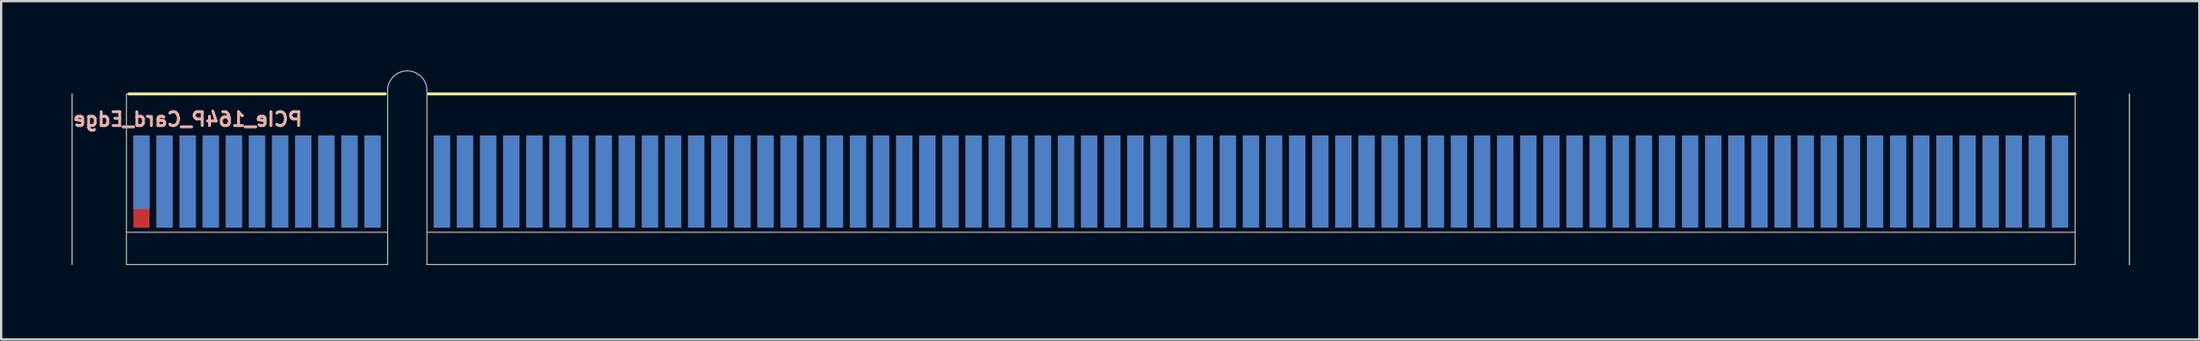
<source format=kicad_pcb>
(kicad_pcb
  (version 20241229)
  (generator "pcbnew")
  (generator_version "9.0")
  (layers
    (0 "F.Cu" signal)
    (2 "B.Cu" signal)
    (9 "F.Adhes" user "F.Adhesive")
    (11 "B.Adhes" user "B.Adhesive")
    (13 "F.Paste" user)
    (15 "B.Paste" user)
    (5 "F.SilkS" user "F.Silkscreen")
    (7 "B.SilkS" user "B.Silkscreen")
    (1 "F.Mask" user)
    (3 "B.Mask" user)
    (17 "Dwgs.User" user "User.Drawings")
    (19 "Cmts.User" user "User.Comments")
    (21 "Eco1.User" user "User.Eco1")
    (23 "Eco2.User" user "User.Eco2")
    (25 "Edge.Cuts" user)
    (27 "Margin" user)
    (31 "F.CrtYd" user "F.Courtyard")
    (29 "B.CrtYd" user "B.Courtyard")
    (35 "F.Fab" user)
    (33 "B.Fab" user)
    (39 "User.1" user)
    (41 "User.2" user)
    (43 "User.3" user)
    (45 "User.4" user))
  (footprint "PCIe_164P_Card_Edge"
    (layer "F.Cu")
    (at 14.57 8.425)
    (property "Reference" "PCIe_164P_Card_Edge" (at -9.5 -6.3 0) (layer "B.SilkS") (effects (font (size 0.6 0.6) (thickness 0.125)) (justify mirror)))
    (attr exclude_from_pos_files exclude_from_bom)
    (fp_line (start -12.05 -7.4) (end -0.95 -7.4) (stroke (width 0.125) (type solid)) (layer "F.SilkS"))
    (fp_line (start 0.9 -7.4) (end 72.15 -7.4) (stroke (width 0.125) (type solid)) (layer "F.SilkS"))
    (fp_line (start -14.5 0) (end -14.5 -7.4) (stroke (width 0.05) (type solid)) (layer "Dwgs.User"))
    (fp_line (start 74.5 0) (end 74.5 -7.4) (stroke (width 0.05) (type solid)) (layer "Dwgs.User"))
    (fp_line (start -12.15 -1.4) (end -0.85 -1.4) (stroke (width 0.05) (type solid)) (layer "F.Fab"))
    (fp_line (start -12.15 0) (end -12.15 -7.4) (stroke (width 0.05) (type solid)) (layer "F.Fab"))
    (fp_line (start -0.85 -7.55) (end -0.85 0) (stroke (width 0.05) (type solid)) (layer "F.Fab"))
    (fp_line (start -0.85 0) (end -12.15 0) (stroke (width 0.05) (type solid)) (layer "F.Fab"))
    (fp_line (start 0.85 -7.55) (end 0.85 0) (stroke (width 0.05) (type solid)) (layer "F.Fab"))
    (fp_line (start 0.85 -1.4) (end 72.15 -1.4) (stroke (width 0.05) (type solid)) (layer "F.Fab"))
    (fp_line (start 0.85 0) (end 72.15 0) (stroke (width 0.05) (type solid)) (layer "F.Fab"))
    (fp_line (start 72.15 0) (end 72.15 -7.4) (stroke (width 0.05) (type solid)) (layer "F.Fab"))
    (fp_arc (start -0.85 -7.55) (mid 0 -8.4) (end 0.85 -7.55) (stroke (width 0.05) (type solid)) (layer "F.Fab"))
    (pad "A1" connect rect (at -11.5 -4) (size 0.7 3.2) (layers "B.Cu" "B.Mask"))
    (pad "A2" connect rect (at -10.5 -3.6) (size 0.7 4) (layers "B.Cu" "B.Mask"))
    (pad "A3" connect rect (at -9.5 -3.6) (size 0.7 4) (layers "B.Cu" "B.Mask"))
    (pad "A4" connect rect (at -8.5 -3.6) (size 0.7 4) (layers "B.Cu" "B.Mask"))
    (pad "A5" connect rect (at -7.5 -3.6) (size 0.7 4) (layers "B.Cu" "B.Mask"))
    (pad "A6" connect rect (at -6.5 -3.6) (size 0.7 4) (layers "B.Cu" "B.Mask"))
    (pad "A7" connect rect (at -5.5 -3.6) (size 0.7 4) (layers "B.Cu" "B.Mask"))
    (pad "A8" connect rect (at -4.5 -3.6) (size 0.7 4) (layers "B.Cu" "B.Mask"))
    (pad "A9" connect rect (at -3.5 -3.6) (size 0.7 4) (layers "B.Cu" "B.Mask"))
    (pad "A10" connect rect (at -2.5 -3.6) (size 0.7 4) (layers "B.Cu" "B.Mask"))
    (pad "A11" connect rect (at -1.5 -3.6) (size 0.7 4) (layers "B.Cu" "B.Mask"))
    (pad "A12" connect rect (at 1.5 -3.6) (size 0.7 4) (layers "B.Cu" "B.Mask"))
    (pad "A13" connect rect (at 2.5 -3.6) (size 0.7 4) (layers "B.Cu" "B.Mask"))
    (pad "A14" connect rect (at 3.5 -3.6) (size 0.7 4) (layers "B.Cu" "B.Mask"))
    (pad "A15" connect rect (at 4.5 -3.6) (size 0.7 4) (layers "B.Cu" "B.Mask"))
    (pad "A16" connect rect (at 5.5 -3.6) (size 0.7 4) (layers "B.Cu" "B.Mask"))
    (pad "A17" connect rect (at 6.5 -3.6) (size 0.7 4) (layers "B.Cu" "B.Mask"))
    (pad "A18" connect rect (at 7.5 -3.6) (size 0.7 4) (layers "B.Cu" "B.Mask"))
    (pad "A19" connect rect (at 8.5 -3.6) (size 0.7 4) (layers "B.Cu" "B.Mask"))
    (pad "A20" connect rect (at 9.5 -3.6) (size 0.7 4) (layers "B.Cu" "B.Mask"))
    (pad "A21" connect rect (at 10.5 -3.6) (size 0.7 4) (layers "B.Cu" "B.Mask"))
    (pad "A22" connect rect (at 11.5 -3.6) (size 0.7 4) (layers "B.Cu" "B.Mask"))
    (pad "A23" connect rect (at 12.5 -3.6) (size 0.7 4) (layers "B.Cu" "B.Mask"))
    (pad "A24" connect rect (at 13.5 -3.6) (size 0.7 4) (layers "B.Cu" "B.Mask"))
    (pad "A25" connect rect (at 14.5 -3.6) (size 0.7 4) (layers "B.Cu" "B.Mask"))
    (pad "A26" connect rect (at 15.5 -3.6) (size 0.7 4) (layers "B.Cu" "B.Mask"))
    (pad "A27" connect rect (at 16.5 -3.6) (size 0.7 4) (layers "B.Cu" "B.Mask"))
    (pad "A28" connect rect (at 17.5 -3.6) (size 0.7 4) (layers "B.Cu" "B.Mask"))
    (pad "A29" connect rect (at 18.5 -3.6) (size 0.7 4) (layers "B.Cu" "B.Mask"))
    (pad "A30" connect rect (at 19.5 -3.6) (size 0.7 4) (layers "B.Cu" "B.Mask"))
    (pad "A31" connect rect (at 20.5 -3.6) (size 0.7 4) (layers "B.Cu" "B.Mask"))
    (pad "A32" connect rect (at 21.5 -3.6) (size 0.7 4) (layers "B.Cu" "B.Mask"))
    (pad "A33" connect rect (at 22.5 -3.6) (size 0.7 4) (layers "B.Cu" "B.Mask"))
    (pad "A34" connect rect (at 23.5 -3.6) (size 0.7 4) (layers "B.Cu" "B.Mask"))
    (pad "A35" connect rect (at 24.5 -3.6) (size 0.7 4) (layers "B.Cu" "B.Mask"))
    (pad "A36" connect rect (at 25.5 -3.6) (size 0.7 4) (layers "B.Cu" "B.Mask"))
    (pad "A37" connect rect (at 26.5 -3.6) (size 0.7 4) (layers "B.Cu" "B.Mask"))
    (pad "A38" connect rect (at 27.5 -3.6) (size 0.7 4) (layers "B.Cu" "B.Mask"))
    (pad "A39" connect rect (at 28.5 -3.6) (size 0.7 4) (layers "B.Cu" "B.Mask"))
    (pad "A40" connect rect (at 29.5 -3.6) (size 0.7 4) (layers "B.Cu" "B.Mask"))
    (pad "A41" connect rect (at 30.5 -3.6) (size 0.7 4) (layers "B.Cu" "B.Mask"))
    (pad "A42" connect rect (at 31.5 -3.6) (size 0.7 4) (layers "B.Cu" "B.Mask"))
    (pad "A43" connect rect (at 32.5 -3.6) (size 0.7 4) (layers "B.Cu" "B.Mask"))
    (pad "A44" connect rect (at 33.5 -3.6) (size 0.7 4) (layers "B.Cu" "B.Mask"))
    (pad "A45" connect rect (at 34.5 -3.6) (size 0.7 4) (layers "B.Cu" "B.Mask"))
    (pad "A46" connect rect (at 35.5 -3.6) (size 0.7 4) (layers "B.Cu" "B.Mask"))
    (pad "A47" connect rect (at 36.5 -3.6) (size 0.7 4) (layers "B.Cu" "B.Mask"))
    (pad "A48" connect rect (at 37.5 -3.6) (size 0.7 4) (layers "B.Cu" "B.Mask"))
    (pad "A49" connect rect (at 38.5 -3.6) (size 0.7 4) (layers "B.Cu" "B.Mask"))
    (pad "A50" connect rect (at 39.5 -3.6) (size 0.7 4) (layers "B.Cu" "B.Mask"))
    (pad "A51" connect rect (at 40.5 -3.6) (size 0.7 4) (layers "B.Cu" "B.Mask"))
    (pad "A52" connect rect (at 41.5 -3.6) (size 0.7 4) (layers "B.Cu" "B.Mask"))
    (pad "A53" connect rect (at 42.5 -3.6) (size 0.7 4) (layers "B.Cu" "B.Mask"))
    (pad "A54" connect rect (at 43.5 -3.6) (size 0.7 4) (layers "B.Cu" "B.Mask"))
    (pad "A55" connect rect (at 44.5 -3.6) (size 0.7 4) (layers "B.Cu" "B.Mask"))
    (pad "A56" connect rect (at 45.5 -3.6) (size 0.7 4) (layers "B.Cu" "B.Mask"))
    (pad "A57" connect rect (at 46.5 -3.6) (size 0.7 4) (layers "B.Cu" "B.Mask"))
    (pad "A58" connect rect (at 47.5 -3.6) (size 0.7 4) (layers "B.Cu" "B.Mask"))
    (pad "A59" connect rect (at 48.5 -3.6) (size 0.7 4) (layers "B.Cu" "B.Mask"))
    (pad "A60" connect rect (at 49.5 -3.6) (size 0.7 4) (layers "B.Cu" "B.Mask"))
    (pad "A61" connect rect (at 50.5 -3.6) (size 0.7 4) (layers "B.Cu" "B.Mask"))
    (pad "A62" connect rect (at 51.5 -3.6) (size 0.7 4) (layers "B.Cu" "B.Mask"))
    (pad "A63" connect rect (at 52.5 -3.6) (size 0.7 4) (layers "B.Cu" "B.Mask"))
    (pad "A64" connect rect (at 53.5 -3.6) (size 0.7 4) (layers "B.Cu" "B.Mask"))
    (pad "A65" connect rect (at 54.5 -3.6) (size 0.7 4) (layers "B.Cu" "B.Mask"))
    (pad "A66" connect rect (at 55.5 -3.6) (size 0.7 4) (layers "B.Cu" "B.Mask"))
    (pad "A67" connect rect (at 56.5 -3.6) (size 0.7 4) (layers "B.Cu" "B.Mask"))
    (pad "A68" connect rect (at 57.5 -3.6) (size 0.7 4) (layers "B.Cu" "B.Mask"))
    (pad "A69" connect rect (at 58.5 -3.6) (size 0.7 4) (layers "B.Cu" "B.Mask"))
    (pad "A70" connect rect (at 59.5 -3.6) (size 0.7 4) (layers "B.Cu" "B.Mask"))
    (pad "A71" connect rect (at 60.5 -3.6) (size 0.7 4) (layers "B.Cu" "B.Mask"))
    (pad "A72" connect rect (at 61.5 -3.6) (size 0.7 4) (layers "B.Cu" "B.Mask"))
    (pad "A73" connect rect (at 62.5 -3.6) (size 0.7 4) (layers "B.Cu" "B.Mask"))
    (pad "A74" connect rect (at 63.5 -3.6) (size 0.7 4) (layers "B.Cu" "B.Mask"))
    (pad "A75" connect rect (at 64.5 -3.6) (size 0.7 4) (layers "B.Cu" "B.Mask"))
    (pad "A76" connect rect (at 65.5 -3.6) (size 0.7 4) (layers "B.Cu" "B.Mask"))
    (pad "A77" connect rect (at 66.5 -3.6) (size 0.7 4) (layers "B.Cu" "B.Mask"))
    (pad "A78" connect rect (at 67.5 -3.6) (size 0.7 4) (layers "B.Cu" "B.Mask"))
    (pad "A79" connect rect (at 68.5 -3.6) (size 0.7 4) (layers "B.Cu" "B.Mask"))
    (pad "A80" connect rect (at 69.5 -3.6) (size 0.7 4) (layers "B.Cu" "B.Mask"))
    (pad "A81" connect rect (at 70.5 -3.6) (size 0.7 4) (layers "B.Cu" "B.Mask"))
    (pad "A82" connect rect (at 71.5 -3.6) (size 0.7 4) (layers "B.Cu" "B.Mask"))
    (pad "B1" connect rect (at -11.5 -3.6) (size 0.7 4) (layers "F.Cu" "F.Mask"))
    (pad "B2" connect rect (at -10.5 -3.6) (size 0.7 4) (layers "F.Cu" "F.Mask"))
    (pad "B3" connect rect (at -9.5 -3.6) (size 0.7 4) (layers "F.Cu" "F.Mask"))
    (pad "B4" connect rect (at -8.5 -3.6) (size 0.7 4) (layers "F.Cu" "F.Mask"))
    (pad "B5" connect rect (at -7.5 -3.6) (size 0.7 4) (layers "F.Cu" "F.Mask"))
    (pad "B6" connect rect (at -6.5 -3.6) (size 0.7 4) (layers "F.Cu" "F.Mask"))
    (pad "B7" connect rect (at -5.5 -3.6) (size 0.7 4) (layers "F.Cu" "F.Mask"))
    (pad "B8" connect rect (at -4.5 -3.6) (size 0.7 4) (layers "F.Cu" "F.Mask"))
    (pad "B9" connect rect (at -3.5 -3.6) (size 0.7 4) (layers "F.Cu" "F.Mask"))
    (pad "B10" connect rect (at -2.5 -3.6) (size 0.7 4) (layers "F.Cu" "F.Mask"))
    (pad "B11" connect rect (at -1.5 -3.6) (size 0.7 4) (layers "F.Cu" "F.Mask"))
    (pad "B12" connect rect (at 1.5 -3.6) (size 0.7 4) (layers "F.Cu" "F.Mask"))
    (pad "B13" connect rect (at 2.5 -3.6) (size 0.7 4) (layers "F.Cu" "F.Mask"))
    (pad "B14" connect rect (at 3.5 -3.6) (size 0.7 4) (layers "F.Cu" "F.Mask"))
    (pad "B15" connect rect (at 4.5 -3.6) (size 0.7 4) (layers "F.Cu" "F.Mask"))
    (pad "B16" connect rect (at 5.5 -3.6) (size 0.7 4) (layers "F.Cu" "F.Mask"))
    (pad "B17" connect rect (at 6.5 -3.6) (size 0.7 4) (layers "F.Cu" "F.Mask"))
    (pad "B18" connect rect (at 7.5 -3.6) (size 0.7 4) (layers "F.Cu" "F.Mask"))
    (pad "B19" connect rect (at 8.5 -3.6) (size 0.7 4) (layers "F.Cu" "F.Mask"))
    (pad "B20" connect rect (at 9.5 -3.6) (size 0.7 4) (layers "F.Cu" "F.Mask"))
    (pad "B21" connect rect (at 10.5 -3.6) (size 0.7 4) (layers "F.Cu" "F.Mask"))
    (pad "B22" connect rect (at 11.5 -3.6) (size 0.7 4) (layers "F.Cu" "F.Mask"))
    (pad "B23" connect rect (at 12.5 -3.6) (size 0.7 4) (layers "F.Cu" "F.Mask"))
    (pad "B24" connect rect (at 13.5 -3.6) (size 0.7 4) (layers "F.Cu" "F.Mask"))
    (pad "B25" connect rect (at 14.5 -3.6) (size 0.7 4) (layers "F.Cu" "F.Mask"))
    (pad "B26" connect rect (at 15.5 -3.6) (size 0.7 4) (layers "F.Cu" "F.Mask"))
    (pad "B27" connect rect (at 16.5 -3.6) (size 0.7 4) (layers "F.Cu" "F.Mask"))
    (pad "B28" connect rect (at 17.5 -3.6) (size 0.7 4) (layers "F.Cu" "F.Mask"))
    (pad "B29" connect rect (at 18.5 -3.6) (size 0.7 4) (layers "F.Cu" "F.Mask"))
    (pad "B30" connect rect (at 19.5 -3.6) (size 0.7 4) (layers "F.Cu" "F.Mask"))
    (pad "B31" connect rect (at 20.5 -3.6) (size 0.7 4) (layers "F.Cu" "F.Mask"))
    (pad "B32" connect rect (at 21.5 -3.6) (size 0.7 4) (layers "F.Cu" "F.Mask"))
    (pad "B33" connect rect (at 22.5 -3.6) (size 0.7 4) (layers "F.Cu" "F.Mask"))
    (pad "B34" connect rect (at 23.5 -3.6) (size 0.7 4) (layers "F.Cu" "F.Mask"))
    (pad "B35" connect rect (at 24.5 -3.6) (size 0.7 4) (layers "F.Cu" "F.Mask"))
    (pad "B36" connect rect (at 25.5 -3.6) (size 0.7 4) (layers "F.Cu" "F.Mask"))
    (pad "B37" connect rect (at 26.5 -3.6) (size 0.7 4) (layers "F.Cu" "F.Mask"))
    (pad "B38" connect rect (at 27.5 -3.6) (size 0.7 4) (layers "F.Cu" "F.Mask"))
    (pad "B39" connect rect (at 28.5 -3.6) (size 0.7 4) (layers "F.Cu" "F.Mask"))
    (pad "B40" connect rect (at 29.5 -3.6) (size 0.7 4) (layers "F.Cu" "F.Mask"))
    (pad "B41" connect rect (at 30.5 -3.6) (size 0.7 4) (layers "F.Cu" "F.Mask"))
    (pad "B42" connect rect (at 31.5 -3.6) (size 0.7 4) (layers "F.Cu" "F.Mask"))
    (pad "B43" connect rect (at 32.5 -3.6) (size 0.7 4) (layers "F.Cu" "F.Mask"))
    (pad "B44" connect rect (at 33.5 -3.6) (size 0.7 4) (layers "F.Cu" "F.Mask"))
    (pad "B45" connect rect (at 34.5 -3.6) (size 0.7 4) (layers "F.Cu" "F.Mask"))
    (pad "B46" connect rect (at 35.5 -3.6) (size 0.7 4) (layers "F.Cu" "F.Mask"))
    (pad "B47" connect rect (at 36.5 -3.6) (size 0.7 4) (layers "F.Cu" "F.Mask"))
    (pad "B48" connect rect (at 37.5 -3.6) (size 0.7 4) (layers "F.Cu" "F.Mask"))
    (pad "B49" connect rect (at 38.5 -3.6) (size 0.7 4) (layers "F.Cu" "F.Mask"))
    (pad "B50" connect rect (at 39.5 -3.6) (size 0.7 4) (layers "F.Cu" "F.Mask"))
    (pad "B51" connect rect (at 40.5 -3.6) (size 0.7 4) (layers "F.Cu" "F.Mask"))
    (pad "B52" connect rect (at 41.5 -3.6) (size 0.7 4) (layers "F.Cu" "F.Mask"))
    (pad "B53" connect rect (at 42.5 -3.6) (size 0.7 4) (layers "F.Cu" "F.Mask"))
    (pad "B54" connect rect (at 43.5 -3.6) (size 0.7 4) (layers "F.Cu" "F.Mask"))
    (pad "B55" connect rect (at 44.5 -3.6) (size 0.7 4) (layers "F.Cu" "F.Mask"))
    (pad "B56" connect rect (at 45.5 -3.6) (size 0.7 4) (layers "F.Cu" "F.Mask"))
    (pad "B57" connect rect (at 46.5 -3.6) (size 0.7 4) (layers "F.Cu" "F.Mask"))
    (pad "B58" connect rect (at 47.5 -3.6) (size 0.7 4) (layers "F.Cu" "F.Mask"))
    (pad "B59" connect rect (at 48.5 -3.6) (size 0.7 4) (layers "F.Cu" "F.Mask"))
    (pad "B60" connect rect (at 49.5 -3.6) (size 0.7 4) (layers "F.Cu" "F.Mask"))
    (pad "B61" connect rect (at 50.5 -3.6) (size 0.7 4) (layers "F.Cu" "F.Mask"))
    (pad "B62" connect rect (at 51.5 -3.6) (size 0.7 4) (layers "F.Cu" "F.Mask"))
    (pad "B63" connect rect (at 52.5 -3.6) (size 0.7 4) (layers "F.Cu" "F.Mask"))
    (pad "B64" connect rect (at 53.5 -3.6) (size 0.7 4) (layers "F.Cu" "F.Mask"))
    (pad "B65" connect rect (at 54.5 -3.6) (size 0.7 4) (layers "F.Cu" "F.Mask"))
    (pad "B66" connect rect (at 55.5 -3.6) (size 0.7 4) (layers "F.Cu" "F.Mask"))
    (pad "B67" connect rect (at 56.5 -3.6) (size 0.7 4) (layers "F.Cu" "F.Mask"))
    (pad "B68" connect rect (at 57.5 -3.6) (size 0.7 4) (layers "F.Cu" "F.Mask"))
    (pad "B69" connect rect (at 58.5 -3.6) (size 0.7 4) (layers "F.Cu" "F.Mask"))
    (pad "B70" connect rect (at 59.5 -3.6) (size 0.7 4) (layers "F.Cu" "F.Mask"))
    (pad "B71" connect rect (at 60.5 -3.6) (size 0.7 4) (layers "F.Cu" "F.Mask"))
    (pad "B72" connect rect (at 61.5 -3.6) (size 0.7 4) (layers "F.Cu" "F.Mask"))
    (pad "B73" connect rect (at 62.5 -3.6) (size 0.7 4) (layers "F.Cu" "F.Mask"))
    (pad "B74" connect rect (at 63.5 -3.6) (size 0.7 4) (layers "F.Cu" "F.Mask"))
    (pad "B75" connect rect (at 64.5 -3.6) (size 0.7 4) (layers "F.Cu" "F.Mask"))
    (pad "B76" connect rect (at 65.5 -3.6) (size 0.7 4) (layers "F.Cu" "F.Mask"))
    (pad "B77" connect rect (at 66.5 -3.6) (size 0.7 4) (layers "F.Cu" "F.Mask"))
    (pad "B78" connect rect (at 67.5 -3.6) (size 0.7 4) (layers "F.Cu" "F.Mask"))
    (pad "B79" connect rect (at 68.5 -3.6) (size 0.7 4) (layers "F.Cu" "F.Mask"))
    (pad "B80" connect rect (at 69.5 -3.6) (size 0.7 4) (layers "F.Cu" "F.Mask"))
    (pad "B81" connect rect (at 70.5 -3.6) (size 0.7 4) (layers "F.Cu" "F.Mask"))
    (pad "B82" connect rect (at 71.5 -3.6) (size 0.7 4) (layers "F.Cu" "F.Mask")))
  (gr_rect
    (start -3 -3)
    (end 92.095 11.675)
    (stroke (width 0.1) (type default))
    (fill no)
    (layer "Edge.Cuts")))
</source>
